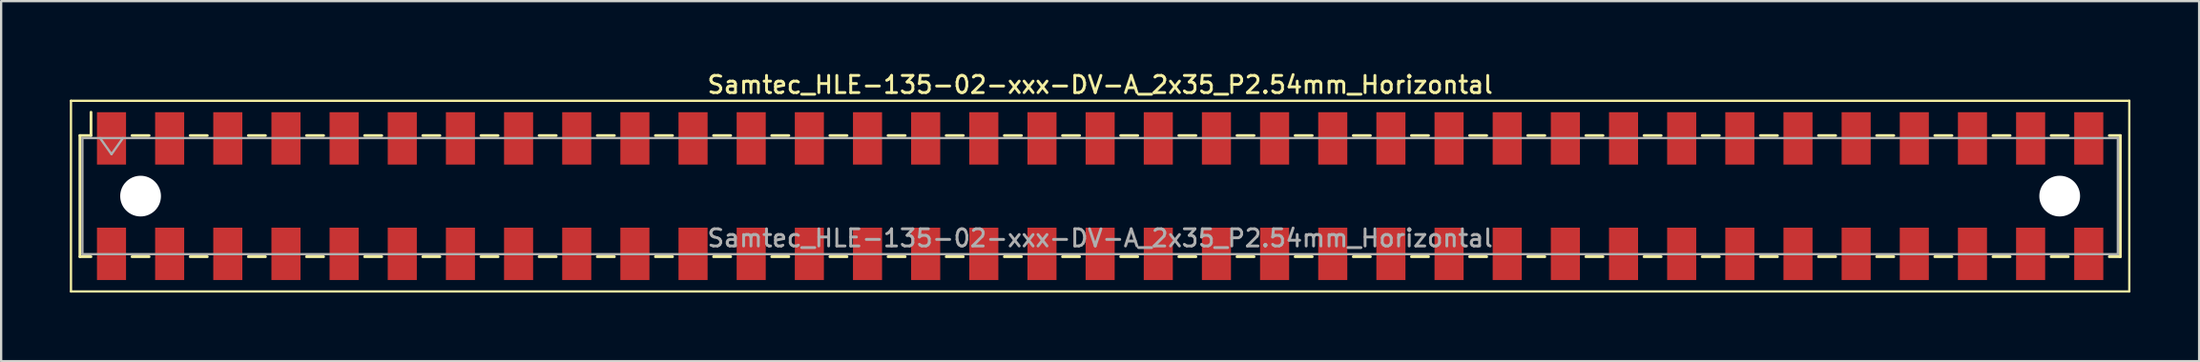
<source format=kicad_pcb>
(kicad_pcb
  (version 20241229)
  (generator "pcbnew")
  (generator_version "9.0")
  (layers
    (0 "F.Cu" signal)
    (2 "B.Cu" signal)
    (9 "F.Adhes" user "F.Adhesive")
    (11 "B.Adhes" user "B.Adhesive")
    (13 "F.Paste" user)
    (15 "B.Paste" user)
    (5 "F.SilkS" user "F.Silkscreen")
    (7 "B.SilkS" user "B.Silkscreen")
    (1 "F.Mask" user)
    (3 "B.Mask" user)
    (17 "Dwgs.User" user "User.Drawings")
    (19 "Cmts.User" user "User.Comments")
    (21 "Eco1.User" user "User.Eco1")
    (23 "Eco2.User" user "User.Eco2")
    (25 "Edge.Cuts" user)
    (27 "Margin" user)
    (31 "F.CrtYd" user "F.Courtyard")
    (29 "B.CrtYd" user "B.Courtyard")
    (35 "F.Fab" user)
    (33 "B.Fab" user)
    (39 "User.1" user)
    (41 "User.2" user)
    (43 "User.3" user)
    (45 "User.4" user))
  (footprint "Samtec_HLE-135-02-xxx-DV-A_2x35_P2.54mm_Horizontal"
    (layer "F.Cu")
    (at 45 5.528)
    (property "Reference" "Samtec_HLE-135-02-xxx-DV-A_2x35_P2.54mm_Horizontal" (at 0 -4.87 0) (layer "F.SilkS") (effects (font (size 0.75 0.75) (thickness 0.125))))
    (attr smd)
    (fp_line (start -44.95 -4.17) (end 44.95 -4.17) (stroke (width 0.1) (type solid)) (layer "F.SilkS"))
    (fp_line (start -44.95 4.17) (end -44.95 -4.17) (stroke (width 0.1) (type solid)) (layer "F.SilkS"))
    (fp_line (start -44.56 -2.65) (end -44.56 2.65) (stroke (width 0.12) (type solid)) (layer "F.SilkS"))
    (fp_line (start -44.56 2.65) (end -44.075 2.65) (stroke (width 0.12) (type solid)) (layer "F.SilkS"))
    (fp_line (start -44.075 -3.67) (end -44.075 -2.65) (stroke (width 0.12) (type solid)) (layer "F.SilkS"))
    (fp_line (start -44.075 -2.65) (end -44.56 -2.65) (stroke (width 0.12) (type solid)) (layer "F.SilkS"))
    (fp_line (start -42.285 -2.65) (end -41.535 -2.65) (stroke (width 0.12) (type solid)) (layer "F.SilkS"))
    (fp_line (start -42.285 2.65) (end -41.535 2.65) (stroke (width 0.12) (type solid)) (layer "F.SilkS"))
    (fp_line (start -39.745 -2.65) (end -38.995 -2.65) (stroke (width 0.12) (type solid)) (layer "F.SilkS"))
    (fp_line (start -39.745 2.65) (end -38.995 2.65) (stroke (width 0.12) (type solid)) (layer "F.SilkS"))
    (fp_line (start -37.205 -2.65) (end -36.455 -2.65) (stroke (width 0.12) (type solid)) (layer "F.SilkS"))
    (fp_line (start -37.205 2.65) (end -36.455 2.65) (stroke (width 0.12) (type solid)) (layer "F.SilkS"))
    (fp_line (start -34.665 -2.65) (end -33.915 -2.65) (stroke (width 0.12) (type solid)) (layer "F.SilkS"))
    (fp_line (start -34.665 2.65) (end -33.915 2.65) (stroke (width 0.12) (type solid)) (layer "F.SilkS"))
    (fp_line (start -32.125 -2.65) (end -31.375 -2.65) (stroke (width 0.12) (type solid)) (layer "F.SilkS"))
    (fp_line (start -32.125 2.65) (end -31.375 2.65) (stroke (width 0.12) (type solid)) (layer "F.SilkS"))
    (fp_line (start -29.585 -2.65) (end -28.835 -2.65) (stroke (width 0.12) (type solid)) (layer "F.SilkS"))
    (fp_line (start -29.585 2.65) (end -28.835 2.65) (stroke (width 0.12) (type solid)) (layer "F.SilkS"))
    (fp_line (start -27.045 -2.65) (end -26.295 -2.65) (stroke (width 0.12) (type solid)) (layer "F.SilkS"))
    (fp_line (start -27.045 2.65) (end -26.295 2.65) (stroke (width 0.12) (type solid)) (layer "F.SilkS"))
    (fp_line (start -24.505 -2.65) (end -23.755 -2.65) (stroke (width 0.12) (type solid)) (layer "F.SilkS"))
    (fp_line (start -24.505 2.65) (end -23.755 2.65) (stroke (width 0.12) (type solid)) (layer "F.SilkS"))
    (fp_line (start -21.965 -2.65) (end -21.215 -2.65) (stroke (width 0.12) (type solid)) (layer "F.SilkS"))
    (fp_line (start -21.965 2.65) (end -21.215 2.65) (stroke (width 0.12) (type solid)) (layer "F.SilkS"))
    (fp_line (start -19.425 -2.65) (end -18.675 -2.65) (stroke (width 0.12) (type solid)) (layer "F.SilkS"))
    (fp_line (start -19.425 2.65) (end -18.675 2.65) (stroke (width 0.12) (type solid)) (layer "F.SilkS"))
    (fp_line (start -16.885 -2.65) (end -16.135 -2.65) (stroke (width 0.12) (type solid)) (layer "F.SilkS"))
    (fp_line (start -16.885 2.65) (end -16.135 2.65) (stroke (width 0.12) (type solid)) (layer "F.SilkS"))
    (fp_line (start -14.345 -2.65) (end -13.595 -2.65) (stroke (width 0.12) (type solid)) (layer "F.SilkS"))
    (fp_line (start -14.345 2.65) (end -13.595 2.65) (stroke (width 0.12) (type solid)) (layer "F.SilkS"))
    (fp_line (start -11.805 -2.65) (end -11.055 -2.65) (stroke (width 0.12) (type solid)) (layer "F.SilkS"))
    (fp_line (start -11.805 2.65) (end -11.055 2.65) (stroke (width 0.12) (type solid)) (layer "F.SilkS"))
    (fp_line (start -9.265 -2.65) (end -8.515 -2.65) (stroke (width 0.12) (type solid)) (layer "F.SilkS"))
    (fp_line (start -9.265 2.65) (end -8.515 2.65) (stroke (width 0.12) (type solid)) (layer "F.SilkS"))
    (fp_line (start -6.725 -2.65) (end -5.975 -2.65) (stroke (width 0.12) (type solid)) (layer "F.SilkS"))
    (fp_line (start -6.725 2.65) (end -5.975 2.65) (stroke (width 0.12) (type solid)) (layer "F.SilkS"))
    (fp_line (start -4.185 -2.65) (end -3.435 -2.65) (stroke (width 0.12) (type solid)) (layer "F.SilkS"))
    (fp_line (start -4.185 2.65) (end -3.435 2.65) (stroke (width 0.12) (type solid)) (layer "F.SilkS"))
    (fp_line (start -1.645 -2.65) (end -0.895 -2.65) (stroke (width 0.12) (type solid)) (layer "F.SilkS"))
    (fp_line (start -1.645 2.65) (end -0.895 2.65) (stroke (width 0.12) (type solid)) (layer "F.SilkS"))
    (fp_line (start 0.895 -2.65) (end 1.645 -2.65) (stroke (width 0.12) (type solid)) (layer "F.SilkS"))
    (fp_line (start 0.895 2.65) (end 1.645 2.65) (stroke (width 0.12) (type solid)) (layer "F.SilkS"))
    (fp_line (start 3.435 -2.65) (end 4.185 -2.65) (stroke (width 0.12) (type solid)) (layer "F.SilkS"))
    (fp_line (start 3.435 2.65) (end 4.185 2.65) (stroke (width 0.12) (type solid)) (layer "F.SilkS"))
    (fp_line (start 5.975 -2.65) (end 6.725 -2.65) (stroke (width 0.12) (type solid)) (layer "F.SilkS"))
    (fp_line (start 5.975 2.65) (end 6.725 2.65) (stroke (width 0.12) (type solid)) (layer "F.SilkS"))
    (fp_line (start 8.515 -2.65) (end 9.265 -2.65) (stroke (width 0.12) (type solid)) (layer "F.SilkS"))
    (fp_line (start 8.515 2.65) (end 9.265 2.65) (stroke (width 0.12) (type solid)) (layer "F.SilkS"))
    (fp_line (start 11.055 -2.65) (end 11.805 -2.65) (stroke (width 0.12) (type solid)) (layer "F.SilkS"))
    (fp_line (start 11.055 2.65) (end 11.805 2.65) (stroke (width 0.12) (type solid)) (layer "F.SilkS"))
    (fp_line (start 13.595 -2.65) (end 14.345 -2.65) (stroke (width 0.12) (type solid)) (layer "F.SilkS"))
    (fp_line (start 13.595 2.65) (end 14.345 2.65) (stroke (width 0.12) (type solid)) (layer "F.SilkS"))
    (fp_line (start 16.135 -2.65) (end 16.885 -2.65) (stroke (width 0.12) (type solid)) (layer "F.SilkS"))
    (fp_line (start 16.135 2.65) (end 16.885 2.65) (stroke (width 0.12) (type solid)) (layer "F.SilkS"))
    (fp_line (start 18.675 -2.65) (end 19.425 -2.65) (stroke (width 0.12) (type solid)) (layer "F.SilkS"))
    (fp_line (start 18.675 2.65) (end 19.425 2.65) (stroke (width 0.12) (type solid)) (layer "F.SilkS"))
    (fp_line (start 21.215 -2.65) (end 21.965 -2.65) (stroke (width 0.12) (type solid)) (layer "F.SilkS"))
    (fp_line (start 21.215 2.65) (end 21.965 2.65) (stroke (width 0.12) (type solid)) (layer "F.SilkS"))
    (fp_line (start 23.755 -2.65) (end 24.505 -2.65) (stroke (width 0.12) (type solid)) (layer "F.SilkS"))
    (fp_line (start 23.755 2.65) (end 24.505 2.65) (stroke (width 0.12) (type solid)) (layer "F.SilkS"))
    (fp_line (start 26.295 -2.65) (end 27.045 -2.65) (stroke (width 0.12) (type solid)) (layer "F.SilkS"))
    (fp_line (start 26.295 2.65) (end 27.045 2.65) (stroke (width 0.12) (type solid)) (layer "F.SilkS"))
    (fp_line (start 28.835 -2.65) (end 29.585 -2.65) (stroke (width 0.12) (type solid)) (layer "F.SilkS"))
    (fp_line (start 28.835 2.65) (end 29.585 2.65) (stroke (width 0.12) (type solid)) (layer "F.SilkS"))
    (fp_line (start 31.375 -2.65) (end 32.125 -2.65) (stroke (width 0.12) (type solid)) (layer "F.SilkS"))
    (fp_line (start 31.375 2.65) (end 32.125 2.65) (stroke (width 0.12) (type solid)) (layer "F.SilkS"))
    (fp_line (start 33.915 -2.65) (end 34.665 -2.65) (stroke (width 0.12) (type solid)) (layer "F.SilkS"))
    (fp_line (start 33.915 2.65) (end 34.665 2.65) (stroke (width 0.12) (type solid)) (layer "F.SilkS"))
    (fp_line (start 36.455 -2.65) (end 37.205 -2.65) (stroke (width 0.12) (type solid)) (layer "F.SilkS"))
    (fp_line (start 36.455 2.65) (end 37.205 2.65) (stroke (width 0.12) (type solid)) (layer "F.SilkS"))
    (fp_line (start 38.995 -2.65) (end 39.745 -2.65) (stroke (width 0.12) (type solid)) (layer "F.SilkS"))
    (fp_line (start 38.995 2.65) (end 39.745 2.65) (stroke (width 0.12) (type solid)) (layer "F.SilkS"))
    (fp_line (start 41.535 -2.65) (end 42.285 -2.65) (stroke (width 0.12) (type solid)) (layer "F.SilkS"))
    (fp_line (start 41.535 2.65) (end 42.285 2.65) (stroke (width 0.12) (type solid)) (layer "F.SilkS"))
    (fp_line (start 44.075 -2.65) (end 44.56 -2.65) (stroke (width 0.12) (type solid)) (layer "F.SilkS"))
    (fp_line (start 44.56 -2.65) (end 44.56 2.65) (stroke (width 0.12) (type solid)) (layer "F.SilkS"))
    (fp_line (start 44.56 2.65) (end 44.075 2.65) (stroke (width 0.12) (type solid)) (layer "F.SilkS"))
    (fp_line (start 44.95 -4.17) (end 44.95 4.17) (stroke (width 0.1) (type solid)) (layer "F.SilkS"))
    (fp_line (start 44.95 4.17) (end -44.95 4.17) (stroke (width 0.1) (type solid)) (layer "F.SilkS"))
    (fp_line (start -44.45 -2.54) (end 44.45 -2.54) (stroke (width 0.1) (type solid)) (layer "F.Fab"))
    (fp_line (start -44.45 2.54) (end -44.45 -2.54) (stroke (width 0.1) (type solid)) (layer "F.Fab"))
    (fp_line (start -43.68 -2.54) (end -43.18 -1.833) (stroke (width 0.1) (type solid)) (layer "F.Fab"))
    (fp_line (start -43.18 -1.833) (end -42.68 -2.54) (stroke (width 0.1) (type solid)) (layer "F.Fab"))
    (fp_line (start 44.45 -2.54) (end 44.45 2.54) (stroke (width 0.1) (type solid)) (layer "F.Fab"))
    (fp_line (start 44.45 2.54) (end -44.45 2.54) (stroke (width 0.1) (type solid)) (layer "F.Fab"))
    (fp_text user "${REFERENCE}" (at 0 1.84 0) (layer "F.Fab") (effects (font (size 0.75 0.75) (thickness 0.125))))
    (pad "" np_thru_hole circle (at -41.91 0) (size 1.78 1.78) (drill 1.78) (layers "*.Cu" "*.Mask"))
    (pad "" np_thru_hole circle (at 41.91 0) (size 1.78 1.78) (drill 1.78) (layers "*.Cu" "*.Mask"))
    (pad "1" smd rect (at -43.18 -2.525) (size 1.27 2.29) (layers "F.Cu" "F.Mask" "F.Paste"))
    (pad "2" smd rect (at -43.18 2.525) (size 1.27 2.29) (layers "F.Cu" "F.Mask" "F.Paste"))
    (pad "3" smd rect (at -40.64 -2.525) (size 1.27 2.29) (layers "F.Cu" "F.Mask" "F.Paste"))
    (pad "4" smd rect (at -40.64 2.525) (size 1.27 2.29) (layers "F.Cu" "F.Mask" "F.Paste"))
    (pad "5" smd rect (at -38.1 -2.525) (size 1.27 2.29) (layers "F.Cu" "F.Mask" "F.Paste"))
    (pad "6" smd rect (at -38.1 2.525) (size 1.27 2.29) (layers "F.Cu" "F.Mask" "F.Paste"))
    (pad "7" smd rect (at -35.56 -2.525) (size 1.27 2.29) (layers "F.Cu" "F.Mask" "F.Paste"))
    (pad "8" smd rect (at -35.56 2.525) (size 1.27 2.29) (layers "F.Cu" "F.Mask" "F.Paste"))
    (pad "9" smd rect (at -33.02 -2.525) (size 1.27 2.29) (layers "F.Cu" "F.Mask" "F.Paste"))
    (pad "10" smd rect (at -33.02 2.525) (size 1.27 2.29) (layers "F.Cu" "F.Mask" "F.Paste"))
    (pad "11" smd rect (at -30.48 -2.525) (size 1.27 2.29) (layers "F.Cu" "F.Mask" "F.Paste"))
    (pad "12" smd rect (at -30.48 2.525) (size 1.27 2.29) (layers "F.Cu" "F.Mask" "F.Paste"))
    (pad "13" smd rect (at -27.94 -2.525) (size 1.27 2.29) (layers "F.Cu" "F.Mask" "F.Paste"))
    (pad "14" smd rect (at -27.94 2.525) (size 1.27 2.29) (layers "F.Cu" "F.Mask" "F.Paste"))
    (pad "15" smd rect (at -25.4 -2.525) (size 1.27 2.29) (layers "F.Cu" "F.Mask" "F.Paste"))
    (pad "16" smd rect (at -25.4 2.525) (size 1.27 2.29) (layers "F.Cu" "F.Mask" "F.Paste"))
    (pad "17" smd rect (at -22.86 -2.525) (size 1.27 2.29) (layers "F.Cu" "F.Mask" "F.Paste"))
    (pad "18" smd rect (at -22.86 2.525) (size 1.27 2.29) (layers "F.Cu" "F.Mask" "F.Paste"))
    (pad "19" smd rect (at -20.32 -2.525) (size 1.27 2.29) (layers "F.Cu" "F.Mask" "F.Paste"))
    (pad "20" smd rect (at -20.32 2.525) (size 1.27 2.29) (layers "F.Cu" "F.Mask" "F.Paste"))
    (pad "21" smd rect (at -17.78 -2.525) (size 1.27 2.29) (layers "F.Cu" "F.Mask" "F.Paste"))
    (pad "22" smd rect (at -17.78 2.525) (size 1.27 2.29) (layers "F.Cu" "F.Mask" "F.Paste"))
    (pad "23" smd rect (at -15.24 -2.525) (size 1.27 2.29) (layers "F.Cu" "F.Mask" "F.Paste"))
    (pad "24" smd rect (at -15.24 2.525) (size 1.27 2.29) (layers "F.Cu" "F.Mask" "F.Paste"))
    (pad "25" smd rect (at -12.7 -2.525) (size 1.27 2.29) (layers "F.Cu" "F.Mask" "F.Paste"))
    (pad "26" smd rect (at -12.7 2.525) (size 1.27 2.29) (layers "F.Cu" "F.Mask" "F.Paste"))
    (pad "27" smd rect (at -10.16 -2.525) (size 1.27 2.29) (layers "F.Cu" "F.Mask" "F.Paste"))
    (pad "28" smd rect (at -10.16 2.525) (size 1.27 2.29) (layers "F.Cu" "F.Mask" "F.Paste"))
    (pad "29" smd rect (at -7.62 -2.525) (size 1.27 2.29) (layers "F.Cu" "F.Mask" "F.Paste"))
    (pad "30" smd rect (at -7.62 2.525) (size 1.27 2.29) (layers "F.Cu" "F.Mask" "F.Paste"))
    (pad "31" smd rect (at -5.08 -2.525) (size 1.27 2.29) (layers "F.Cu" "F.Mask" "F.Paste"))
    (pad "32" smd rect (at -5.08 2.525) (size 1.27 2.29) (layers "F.Cu" "F.Mask" "F.Paste"))
    (pad "33" smd rect (at -2.54 -2.525) (size 1.27 2.29) (layers "F.Cu" "F.Mask" "F.Paste"))
    (pad "34" smd rect (at -2.54 2.525) (size 1.27 2.29) (layers "F.Cu" "F.Mask" "F.Paste"))
    (pad "35" smd rect (at 0 -2.525) (size 1.27 2.29) (layers "F.Cu" "F.Mask" "F.Paste"))
    (pad "36" smd rect (at 0 2.525) (size 1.27 2.29) (layers "F.Cu" "F.Mask" "F.Paste"))
    (pad "37" smd rect (at 2.54 -2.525) (size 1.27 2.29) (layers "F.Cu" "F.Mask" "F.Paste"))
    (pad "38" smd rect (at 2.54 2.525) (size 1.27 2.29) (layers "F.Cu" "F.Mask" "F.Paste"))
    (pad "39" smd rect (at 5.08 -2.525) (size 1.27 2.29) (layers "F.Cu" "F.Mask" "F.Paste"))
    (pad "40" smd rect (at 5.08 2.525) (size 1.27 2.29) (layers "F.Cu" "F.Mask" "F.Paste"))
    (pad "41" smd rect (at 7.62 -2.525) (size 1.27 2.29) (layers "F.Cu" "F.Mask" "F.Paste"))
    (pad "42" smd rect (at 7.62 2.525) (size 1.27 2.29) (layers "F.Cu" "F.Mask" "F.Paste"))
    (pad "43" smd rect (at 10.16 -2.525) (size 1.27 2.29) (layers "F.Cu" "F.Mask" "F.Paste"))
    (pad "44" smd rect (at 10.16 2.525) (size 1.27 2.29) (layers "F.Cu" "F.Mask" "F.Paste"))
    (pad "45" smd rect (at 12.7 -2.525) (size 1.27 2.29) (layers "F.Cu" "F.Mask" "F.Paste"))
    (pad "46" smd rect (at 12.7 2.525) (size 1.27 2.29) (layers "F.Cu" "F.Mask" "F.Paste"))
    (pad "47" smd rect (at 15.24 -2.525) (size 1.27 2.29) (layers "F.Cu" "F.Mask" "F.Paste"))
    (pad "48" smd rect (at 15.24 2.525) (size 1.27 2.29) (layers "F.Cu" "F.Mask" "F.Paste"))
    (pad "49" smd rect (at 17.78 -2.525) (size 1.27 2.29) (layers "F.Cu" "F.Mask" "F.Paste"))
    (pad "50" smd rect (at 17.78 2.525) (size 1.27 2.29) (layers "F.Cu" "F.Mask" "F.Paste"))
    (pad "51" smd rect (at 20.32 -2.525) (size 1.27 2.29) (layers "F.Cu" "F.Mask" "F.Paste"))
    (pad "52" smd rect (at 20.32 2.525) (size 1.27 2.29) (layers "F.Cu" "F.Mask" "F.Paste"))
    (pad "53" smd rect (at 22.86 -2.525) (size 1.27 2.29) (layers "F.Cu" "F.Mask" "F.Paste"))
    (pad "54" smd rect (at 22.86 2.525) (size 1.27 2.29) (layers "F.Cu" "F.Mask" "F.Paste"))
    (pad "55" smd rect (at 25.4 -2.525) (size 1.27 2.29) (layers "F.Cu" "F.Mask" "F.Paste"))
    (pad "56" smd rect (at 25.4 2.525) (size 1.27 2.29) (layers "F.Cu" "F.Mask" "F.Paste"))
    (pad "57" smd rect (at 27.94 -2.525) (size 1.27 2.29) (layers "F.Cu" "F.Mask" "F.Paste"))
    (pad "58" smd rect (at 27.94 2.525) (size 1.27 2.29) (layers "F.Cu" "F.Mask" "F.Paste"))
    (pad "59" smd rect (at 30.48 -2.525) (size 1.27 2.29) (layers "F.Cu" "F.Mask" "F.Paste"))
    (pad "60" smd rect (at 30.48 2.525) (size 1.27 2.29) (layers "F.Cu" "F.Mask" "F.Paste"))
    (pad "61" smd rect (at 33.02 -2.525) (size 1.27 2.29) (layers "F.Cu" "F.Mask" "F.Paste"))
    (pad "62" smd rect (at 33.02 2.525) (size 1.27 2.29) (layers "F.Cu" "F.Mask" "F.Paste"))
    (pad "63" smd rect (at 35.56 -2.525) (size 1.27 2.29) (layers "F.Cu" "F.Mask" "F.Paste"))
    (pad "64" smd rect (at 35.56 2.525) (size 1.27 2.29) (layers "F.Cu" "F.Mask" "F.Paste"))
    (pad "65" smd rect (at 38.1 -2.525) (size 1.27 2.29) (layers "F.Cu" "F.Mask" "F.Paste"))
    (pad "66" smd rect (at 38.1 2.525) (size 1.27 2.29) (layers "F.Cu" "F.Mask" "F.Paste"))
    (pad "67" smd rect (at 40.64 -2.525) (size 1.27 2.29) (layers "F.Cu" "F.Mask" "F.Paste"))
    (pad "68" smd rect (at 40.64 2.525) (size 1.27 2.29) (layers "F.Cu" "F.Mask" "F.Paste"))
    (pad "69" smd rect (at 43.18 -2.525) (size 1.27 2.29) (layers "F.Cu" "F.Mask" "F.Paste"))
    (pad "70" smd rect (at 43.18 2.525) (size 1.27 2.29) (layers "F.Cu" "F.Mask" "F.Paste")))
  (gr_rect
    (start -3 -3)
    (end 93 12.748)
    (stroke (width 0.1) (type default))
    (fill no)
    (layer "Edge.Cuts")))
</source>
